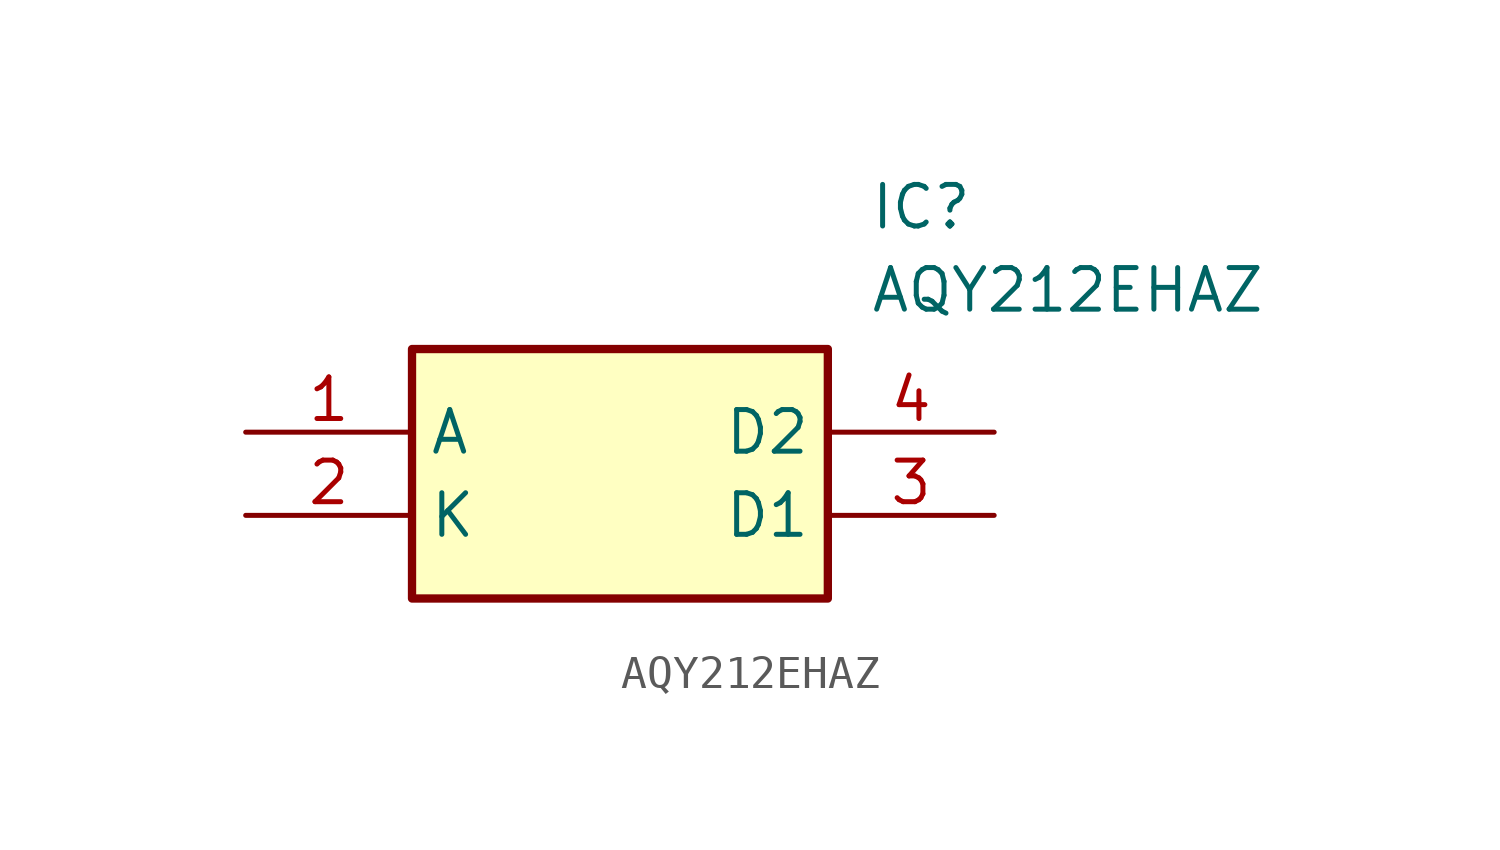
<source format=kicad_sym>
(kicad_symbol_lib
  (version 20211014)
  (generator kicad_symbol_editor)
  (symbol "AQY212EHAZ"
    (property "Reference" "IC"
      (at 19.05 7.62 0)
      (effects (font (size 1.27 1.27)) (justify left top)))
    (property "Value" "AQY212EHAZ"
      (at 19.05 5.08 0)
      (effects (font (size 1.27 1.27)) (justify left top)))
    (rectangle
      (start 5.08 2.54)
      (end 17.78 -5.08)
      (stroke (width 0.254) (type default))
      (fill (type background)))
    (pin passive line
      (at 0 0 0)
      (length 5.08)
      (name "A" (effects (font (size 1.27 1.27))))
      (number "1" (effects (font (size 1.27 1.27)))))
    (pin passive line
      (at 0 -2.54 0)
      (length 5.08)
      (name "K" (effects (font (size 1.27 1.27))))
      (number "2" (effects (font (size 1.27 1.27)))))
    (pin passive line
      (at 22.86 0 180)
      (length 5.08)
      (name "D2" (effects (font (size 1.27 1.27))))
      (number "4" (effects (font (size 1.27 1.27)))))
    (pin passive line
      (at 22.86 -2.54 180)
      (length 5.08)
      (name "D1" (effects (font (size 1.27 1.27))))
      (number "3" (effects (font (size 1.27 1.27)))))))
</source>
